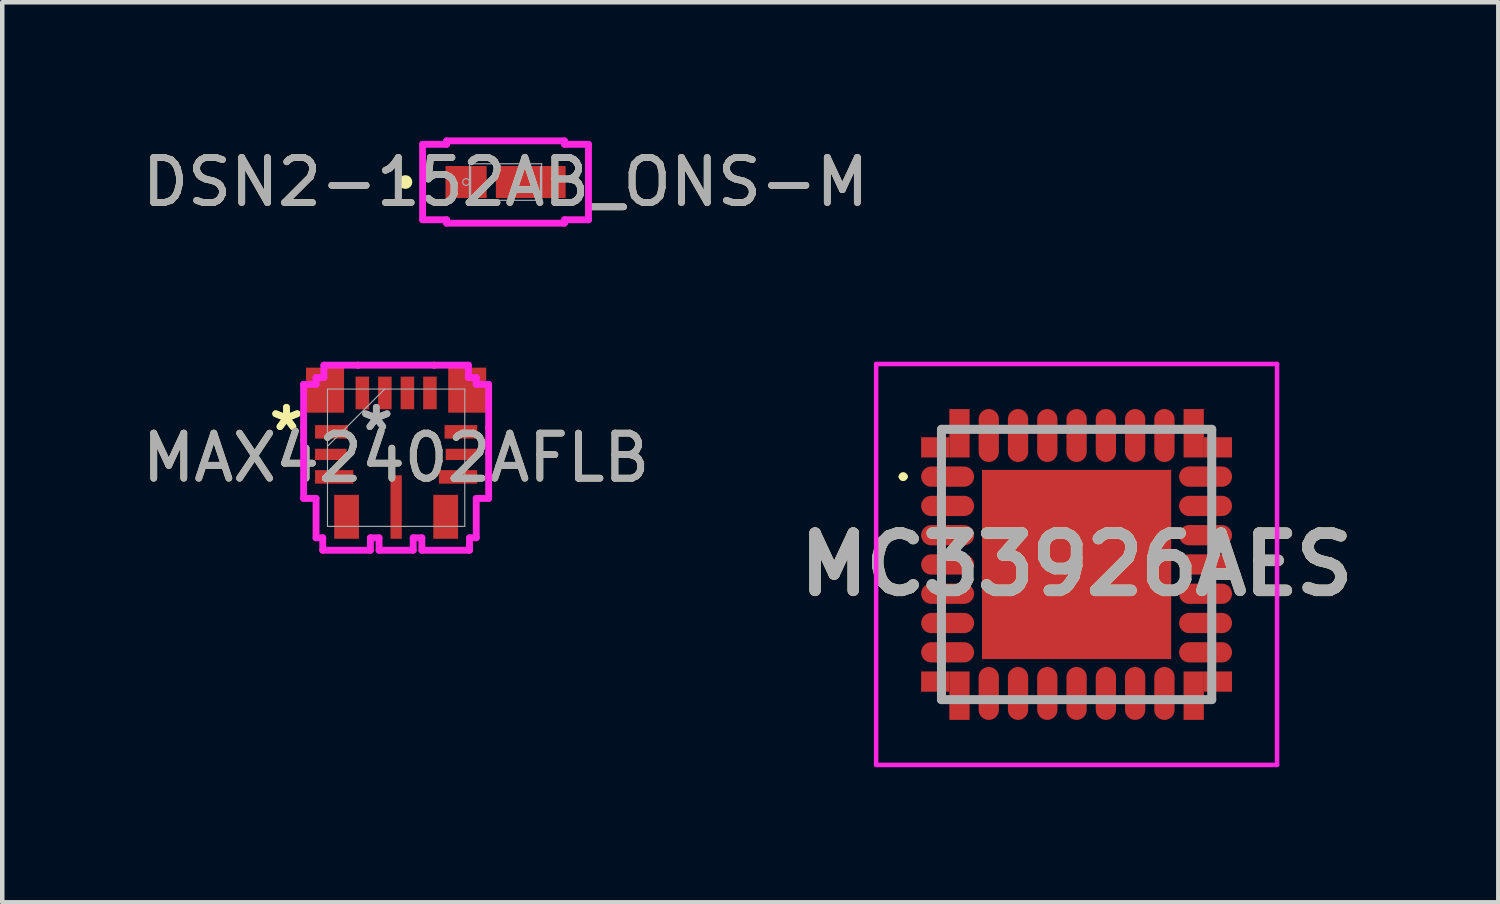
<source format=kicad_pcb>
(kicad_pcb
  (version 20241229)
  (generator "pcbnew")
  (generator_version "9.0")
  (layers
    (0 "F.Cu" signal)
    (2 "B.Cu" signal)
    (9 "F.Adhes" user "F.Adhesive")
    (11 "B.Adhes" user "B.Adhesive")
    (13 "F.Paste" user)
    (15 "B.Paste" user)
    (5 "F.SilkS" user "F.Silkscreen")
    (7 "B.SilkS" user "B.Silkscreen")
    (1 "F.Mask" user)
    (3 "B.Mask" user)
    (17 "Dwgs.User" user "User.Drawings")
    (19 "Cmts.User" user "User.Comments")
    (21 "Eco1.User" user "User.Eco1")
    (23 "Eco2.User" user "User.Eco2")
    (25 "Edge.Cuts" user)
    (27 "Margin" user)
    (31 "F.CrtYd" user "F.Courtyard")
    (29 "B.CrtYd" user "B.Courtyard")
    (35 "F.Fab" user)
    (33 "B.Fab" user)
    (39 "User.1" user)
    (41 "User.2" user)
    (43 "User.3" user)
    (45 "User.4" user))
  (footprint "DSN2-152AB_ONS-M"
    (layer "F.Cu")
    (at 8.173 0.991)
    (property "Reference" "DSN2-152AB_ONS-M" (at 0 0 0) (unlocked yes) (layer "F.SilkS") (effects (font (size 1 1) (thickness 0.15))))
    (attr smd)
    (fp_circle (center -2.223 0) (end -2.146 0) (stroke (width 0.152) (type solid)) (fill no) (layer "F.SilkS"))
    (fp_line (start -1.841 -0.838) (end -1.308 -0.838) (stroke (width 0.152) (type solid)) (layer "F.CrtYd"))
    (fp_line (start -1.841 0.838) (end -1.841 -0.838) (stroke (width 0.152) (type solid)) (layer "F.CrtYd"))
    (fp_line (start -1.308 -0.914) (end 1.308 -0.914) (stroke (width 0.152) (type solid)) (layer "F.CrtYd"))
    (fp_line (start -1.308 -0.838) (end -1.308 -0.914) (stroke (width 0.152) (type solid)) (layer "F.CrtYd"))
    (fp_line (start -1.308 0.838) (end -1.841 0.838) (stroke (width 0.152) (type solid)) (layer "F.CrtYd"))
    (fp_line (start -1.308 0.914) (end -1.308 0.838) (stroke (width 0.152) (type solid)) (layer "F.CrtYd"))
    (fp_line (start 1.308 -0.914) (end 1.308 -0.838) (stroke (width 0.152) (type solid)) (layer "F.CrtYd"))
    (fp_line (start 1.308 -0.838) (end 1.841 -0.838) (stroke (width 0.152) (type solid)) (layer "F.CrtYd"))
    (fp_line (start 1.308 0.838) (end 1.308 0.914) (stroke (width 0.152) (type solid)) (layer "F.CrtYd"))
    (fp_line (start 1.308 0.914) (end -1.308 0.914) (stroke (width 0.152) (type solid)) (layer "F.CrtYd"))
    (fp_line (start 1.841 -0.838) (end 1.841 0.838) (stroke (width 0.152) (type solid)) (layer "F.CrtYd"))
    (fp_line (start 1.841 0.838) (end 1.308 0.838) (stroke (width 0.152) (type solid)) (layer "F.CrtYd"))
    (fp_line (start -0.8 -0.406) (end -0.8 0.406) (stroke (width 0.025) (type solid)) (layer "F.Fab"))
    (fp_line (start -0.8 -0.33) (end -0.775 -0.33) (stroke (width 0.025) (type solid)) (layer "F.Fab"))
    (fp_line (start -0.8 0.33) (end -0.8 -0.33) (stroke (width 0.025) (type solid)) (layer "F.Fab"))
    (fp_line (start -0.8 0.406) (end 0.8 0.406) (stroke (width 0.025) (type solid)) (layer "F.Fab"))
    (fp_line (start -0.775 -0.33) (end -0.775 0.33) (stroke (width 0.025) (type solid)) (layer "F.Fab"))
    (fp_line (start -0.775 0.33) (end -0.8 0.33) (stroke (width 0.025) (type solid)) (layer "F.Fab"))
    (fp_line (start 0.775 -0.33) (end 0.8 -0.33) (stroke (width 0.025) (type solid)) (layer "F.Fab"))
    (fp_line (start 0.775 0.33) (end 0.775 -0.33) (stroke (width 0.025) (type solid)) (layer "F.Fab"))
    (fp_line (start 0.8 -0.406) (end -0.8 -0.406) (stroke (width 0.025) (type solid)) (layer "F.Fab"))
    (fp_line (start 0.8 -0.33) (end 0.8 0.33) (stroke (width 0.025) (type solid)) (layer "F.Fab"))
    (fp_line (start 0.8 0.33) (end 0.775 0.33) (stroke (width 0.025) (type solid)) (layer "F.Fab"))
    (fp_line (start 0.8 0.406) (end 0.8 -0.406) (stroke (width 0.025) (type solid)) (layer "F.Fab"))
    (fp_circle (center -0.876 0) (end -0.8 0) (stroke (width 0.025) (type solid)) (fill no) (layer "F.Fab"))
    (fp_text user "${REFERENCE}" (at 0 0 0) (unlocked yes) (layer "F.Fab") (effects (font (size 1 1) (thickness 0.15))))
    (pad "1" smd rect (at -0.876 0) (size 0.914 0.711) (layers "F.Cu" "F.Mask" "F.Paste"))
    (pad "2" smd rect (at 0.559 0) (size 1.549 0.711) (layers "F.Cu" "F.Mask" "F.Paste"))
    (zone (net_name "") (layer "F.Cu") (hatch full 0.508) (connect_pads) (min_thickness 0.254) (filled_areas_thickness no) (keepout (tracks not_allowed) (vias not_allowed) (pads allowed) (copperpour not_allowed) (footprints allowed)) (placement (enabled no)) (fill) (polygon (pts (xy 7.804 0.635) (xy 7.906 0.635) (xy 7.906 1.346) (xy 7.804 1.346)))))
  (footprint "MC33926AES"
    (layer "F.Cu")
    (at 20.85 9.481)
    (property "Reference" "MC33926AES" (at 0 0 0) (layer "F.SilkS") (effects (font (size 1.27 1.27) (thickness 0.254))))
    (attr smd)
    (fp_line (start -3.9 -1.95) (end -3.9 -1.95) (stroke (width 0.1) (type solid)) (layer "F.SilkS"))
    (fp_line (start -3.8 -1.95) (end -3.8 -1.95) (stroke (width 0.1) (type solid)) (layer "F.SilkS"))
    (fp_arc (start -3.9 -1.95) (mid -3.85 -2) (end -3.8 -1.95) (stroke (width 0.1) (type solid)) (layer "F.SilkS"))
    (fp_arc (start -3.8 -1.95) (mid -3.85 -1.9) (end -3.9 -1.95) (stroke (width 0.1) (type solid)) (layer "F.SilkS"))
    (fp_line (start -4.45 -4.45) (end 4.45 -4.45) (stroke (width 0.1) (type solid)) (layer "F.CrtYd"))
    (fp_line (start -4.45 4.45) (end -4.45 -4.45) (stroke (width 0.1) (type solid)) (layer "F.CrtYd"))
    (fp_line (start 4.45 -4.45) (end 4.45 4.45) (stroke (width 0.1) (type solid)) (layer "F.CrtYd"))
    (fp_line (start 4.45 4.45) (end -4.45 4.45) (stroke (width 0.1) (type solid)) (layer "F.CrtYd"))
    (fp_line (start -3 -3) (end 3 -3) (stroke (width 0.2) (type solid)) (layer "F.Fab"))
    (fp_line (start -3 3) (end -3 -3) (stroke (width 0.2) (type solid)) (layer "F.Fab"))
    (fp_line (start 3 -3) (end 3 3) (stroke (width 0.2) (type solid)) (layer "F.Fab"))
    (fp_line (start 3 3) (end -3 3) (stroke (width 0.2) (type solid)) (layer "F.Fab"))
    (fp_text user "${REFERENCE}" (at 0 0 0) (layer "F.Fab") (effects (font (size 1.27 1.27) (thickness 0.254))))
    (pad "1" smd oval (at -2.863 -1.95 90) (size 0.45 1.175) (layers "F.Cu" "F.Mask" "F.Paste"))
    (pad "2" smd oval (at -2.863 -1.3 90) (size 0.45 1.175) (layers "F.Cu" "F.Mask" "F.Paste"))
    (pad "3" smd oval (at -2.863 -0.65 90) (size 0.45 1.175) (layers "F.Cu" "F.Mask" "F.Paste"))
    (pad "4" smd oval (at -2.863 0 90) (size 0.45 1.175) (layers "F.Cu" "F.Mask" "F.Paste"))
    (pad "5" smd oval (at -2.863 0.65 90) (size 0.45 1.175) (layers "F.Cu" "F.Mask" "F.Paste"))
    (pad "6" smd oval (at -2.863 1.3 90) (size 0.45 1.175) (layers "F.Cu" "F.Mask" "F.Paste"))
    (pad "7" smd oval (at -2.863 1.95 90) (size 0.45 1.175) (layers "F.Cu" "F.Mask" "F.Paste"))
    (pad "8" smd oval (at -1.95 2.863) (size 0.45 1.175) (layers "F.Cu" "F.Mask" "F.Paste"))
    (pad "9" smd oval (at -1.3 2.863) (size 0.45 1.175) (layers "F.Cu" "F.Mask" "F.Paste"))
    (pad "10" smd oval (at -0.65 2.863) (size 0.45 1.175) (layers "F.Cu" "F.Mask" "F.Paste"))
    (pad "11" smd oval (at 0 2.863) (size 0.45 1.175) (layers "F.Cu" "F.Mask" "F.Paste"))
    (pad "12" smd oval (at 0.65 2.863) (size 0.45 1.175) (layers "F.Cu" "F.Mask" "F.Paste"))
    (pad "13" smd oval (at 1.3 2.863) (size 0.45 1.175) (layers "F.Cu" "F.Mask" "F.Paste"))
    (pad "14" smd oval (at 1.95 2.863) (size 0.45 1.175) (layers "F.Cu" "F.Mask" "F.Paste"))
    (pad "15" smd oval (at 2.863 1.95 90) (size 0.45 1.175) (layers "F.Cu" "F.Mask" "F.Paste"))
    (pad "16" smd oval (at 2.863 1.3 90) (size 0.45 1.175) (layers "F.Cu" "F.Mask" "F.Paste"))
    (pad "17" smd oval (at 2.863 0.65 90) (size 0.45 1.175) (layers "F.Cu" "F.Mask" "F.Paste"))
    (pad "18" smd oval (at 2.863 0 90) (size 0.45 1.175) (layers "F.Cu" "F.Mask" "F.Paste"))
    (pad "19" smd oval (at 2.863 -0.65 90) (size 0.45 1.175) (layers "F.Cu" "F.Mask" "F.Paste"))
    (pad "20" smd oval (at 2.863 -1.3 90) (size 0.45 1.175) (layers "F.Cu" "F.Mask" "F.Paste"))
    (pad "21" smd oval (at 2.863 -1.95 90) (size 0.45 1.175) (layers "F.Cu" "F.Mask" "F.Paste"))
    (pad "22" smd oval (at 1.95 -2.863) (size 0.45 1.175) (layers "F.Cu" "F.Mask" "F.Paste"))
    (pad "23" smd oval (at 1.3 -2.863) (size 0.45 1.175) (layers "F.Cu" "F.Mask" "F.Paste"))
    (pad "24" smd oval (at 0.65 -2.863) (size 0.45 1.175) (layers "F.Cu" "F.Mask" "F.Paste"))
    (pad "25" smd oval (at 0 -2.863) (size 0.45 1.175) (layers "F.Cu" "F.Mask" "F.Paste"))
    (pad "26" smd oval (at -0.65 -2.863) (size 0.45 1.175) (layers "F.Cu" "F.Mask" "F.Paste"))
    (pad "27" smd oval (at -1.3 -2.863) (size 0.45 1.175) (layers "F.Cu" "F.Mask" "F.Paste"))
    (pad "28" smd oval (at -1.95 -2.863) (size 0.45 1.175) (layers "F.Cu" "F.Mask" "F.Paste"))
    (pad "29" smd rect (at -2.6 -2.913) (size 0.45 1.075) (layers "F.Cu" "F.Mask" "F.Paste"))
    (pad "30" smd rect (at -3.138 -2.6 90) (size 0.45 0.625) (layers "F.Cu" "F.Mask" "F.Paste"))
    (pad "31" smd rect (at -3.138 2.6 90) (size 0.45 0.625) (layers "F.Cu" "F.Mask" "F.Paste"))
    (pad "32" smd rect (at -2.6 2.913) (size 0.45 1.075) (layers "F.Cu" "F.Mask" "F.Paste"))
    (pad "33" smd rect (at 2.6 2.913) (size 0.45 1.075) (layers "F.Cu" "F.Mask" "F.Paste"))
    (pad "34" smd rect (at 3.138 2.6 90) (size 0.45 0.625) (layers "F.Cu" "F.Mask" "F.Paste"))
    (pad "35" smd rect (at 3.138 -2.6 90) (size 0.45 0.625) (layers "F.Cu" "F.Mask" "F.Paste"))
    (pad "36" smd rect (at 2.6 -2.913) (size 0.45 1.075) (layers "F.Cu" "F.Mask" "F.Paste"))
    (pad "37" smd rect (at 0 0 90) (size 4.2 4.2) (layers "F.Cu" "F.Mask" "F.Paste")))
  (footprint "MAX42402AFLB"
    (layer "F.Cu")
    (at 5.744 7.111)
    (property "Reference" "MAX42402AFLB" (at 0 0 0) (unlocked yes) (layer "F.SilkS") (effects (font (size 1 1) (thickness 0.15))))
    (attr smd)
    (fp_line (start -2.054 -1.629) (end -2.054 -0.671) (stroke (width 0.152) (type solid)) (layer "F.CrtYd"))
    (fp_line (start -2.054 -0.671) (end -2.054 -0.671) (stroke (width 0.152) (type solid)) (layer "F.CrtYd"))
    (fp_line (start -2.054 -0.671) (end -2.054 -0.379) (stroke (width 0.152) (type solid)) (layer "F.CrtYd"))
    (fp_line (start -2.054 -0.379) (end -2.054 -0.379) (stroke (width 0.152) (type solid)) (layer "F.CrtYd"))
    (fp_line (start -2.054 -0.379) (end -2.054 0.096) (stroke (width 0.152) (type solid)) (layer "F.CrtYd"))
    (fp_line (start -2.054 0.096) (end -2.054 0.096) (stroke (width 0.152) (type solid)) (layer "F.CrtYd"))
    (fp_line (start -2.054 0.096) (end -2.054 0.904) (stroke (width 0.152) (type solid)) (layer "F.CrtYd"))
    (fp_line (start -2.054 0.904) (end -1.778 0.904) (stroke (width 0.152) (type solid)) (layer "F.CrtYd"))
    (fp_line (start -1.778 -1.778) (end -1.778 -1.629) (stroke (width 0.152) (type solid)) (layer "F.CrtYd"))
    (fp_line (start -1.778 -1.629) (end -2.054 -1.629) (stroke (width 0.152) (type solid)) (layer "F.CrtYd"))
    (fp_line (start -1.778 0.904) (end -1.778 1.778) (stroke (width 0.152) (type solid)) (layer "F.CrtYd"))
    (fp_line (start -1.778 1.778) (end -1.629 1.778) (stroke (width 0.152) (type solid)) (layer "F.CrtYd"))
    (fp_line (start -1.629 1.778) (end -1.629 2.054) (stroke (width 0.152) (type solid)) (layer "F.CrtYd"))
    (fp_line (start -1.629 2.054) (end -0.571 2.054) (stroke (width 0.152) (type solid)) (layer "F.CrtYd"))
    (fp_line (start -1.604 -2.054) (end -1.604 -1.778) (stroke (width 0.152) (type solid)) (layer "F.CrtYd"))
    (fp_line (start -1.604 -1.778) (end -1.778 -1.778) (stroke (width 0.152) (type solid)) (layer "F.CrtYd"))
    (fp_line (start -0.846 -2.054) (end -0.846 -2.054) (stroke (width 0.152) (type solid)) (layer "F.CrtYd"))
    (fp_line (start -0.846 -2.054) (end -1.604 -2.054) (stroke (width 0.152) (type solid)) (layer "F.CrtYd"))
    (fp_line (start -0.571 1.778) (end -0.379 1.778) (stroke (width 0.152) (type solid)) (layer "F.CrtYd"))
    (fp_line (start -0.571 2.054) (end -0.571 1.778) (stroke (width 0.152) (type solid)) (layer "F.CrtYd"))
    (fp_line (start -0.379 1.778) (end -0.379 2.054) (stroke (width 0.152) (type solid)) (layer "F.CrtYd"))
    (fp_line (start -0.379 2.054) (end 0.379 2.054) (stroke (width 0.152) (type solid)) (layer "F.CrtYd"))
    (fp_line (start 0.379 1.778) (end 0.571 1.778) (stroke (width 0.152) (type solid)) (layer "F.CrtYd"))
    (fp_line (start 0.379 2.054) (end 0.379 1.778) (stroke (width 0.152) (type solid)) (layer "F.CrtYd"))
    (fp_line (start 0.571 1.778) (end 0.571 2.054) (stroke (width 0.152) (type solid)) (layer "F.CrtYd"))
    (fp_line (start 0.571 2.054) (end 1.629 2.054) (stroke (width 0.152) (type solid)) (layer "F.CrtYd"))
    (fp_line (start 0.846 -2.054) (end -0.846 -2.054) (stroke (width 0.152) (type solid)) (layer "F.CrtYd"))
    (fp_line (start 0.846 -2.054) (end 0.846 -2.054) (stroke (width 0.152) (type solid)) (layer "F.CrtYd"))
    (fp_line (start 1.604 -2.054) (end 0.846 -2.054) (stroke (width 0.152) (type solid)) (layer "F.CrtYd"))
    (fp_line (start 1.604 -1.778) (end 1.604 -2.054) (stroke (width 0.152) (type solid)) (layer "F.CrtYd"))
    (fp_line (start 1.629 1.778) (end 1.778 1.778) (stroke (width 0.152) (type solid)) (layer "F.CrtYd"))
    (fp_line (start 1.629 2.054) (end 1.629 1.778) (stroke (width 0.152) (type solid)) (layer "F.CrtYd"))
    (fp_line (start 1.778 -1.778) (end 1.604 -1.778) (stroke (width 0.152) (type solid)) (layer "F.CrtYd"))
    (fp_line (start 1.778 -1.629) (end 1.778 -1.778) (stroke (width 0.152) (type solid)) (layer "F.CrtYd"))
    (fp_line (start 1.778 0.904) (end 2.054 0.904) (stroke (width 0.152) (type solid)) (layer "F.CrtYd"))
    (fp_line (start 1.778 1.778) (end 1.778 0.904) (stroke (width 0.152) (type solid)) (layer "F.CrtYd"))
    (fp_line (start 2.054 -0.096) (end 2.054 -0.096) (stroke (width 0.152) (type solid)) (layer "F.CrtYd"))
    (fp_line (start 2.054 0.379) (end 2.054 -0.096) (stroke (width 0.152) (type solid)) (layer "F.CrtYd"))
    (fp_line (start 2.054 0.379) (end 2.054 0.379) (stroke (width 0.152) (type solid)) (layer "F.CrtYd"))
    (fp_line (start 2.054 0.904) (end 2.054 0.379) (stroke (width 0.152) (type solid)) (layer "F.CrtYd"))
    (fp_line (start 2.054 -1.629) (end 1.778 -1.629) (stroke (width 0.152) (type solid)) (layer "F.CrtYd"))
    (fp_line (start 2.054 -0.671) (end 2.054 -1.629) (stroke (width 0.152) (type solid)) (layer "F.CrtYd"))
    (fp_line (start 2.054 -0.671) (end 2.054 -0.671) (stroke (width 0.152) (type solid)) (layer "F.CrtYd"))
    (fp_line (start 2.054 -0.096) (end 2.054 -0.671) (stroke (width 0.152) (type solid)) (layer "F.CrtYd"))
    (fp_line (start -1.524 -1.524) (end -1.524 1.524) (stroke (width 0.025) (type solid)) (layer "F.Fab"))
    (fp_line (start -1.524 -0.254) (end -0.254 -1.524) (stroke (width 0.025) (type solid)) (layer "F.Fab"))
    (fp_line (start -1.524 1.524) (end 1.524 1.524) (stroke (width 0.025) (type solid)) (layer "F.Fab"))
    (fp_line (start 1.524 -1.524) (end -1.524 -1.524) (stroke (width 0.025) (type solid)) (layer "F.Fab"))
    (fp_line (start 1.524 1.524) (end 1.524 -1.524) (stroke (width 0.025) (type solid)) (layer "F.Fab"))
    (fp_text user "*" (at -2.435 -0.574 0) (layer "F.SilkS") (effects (font (size 1 1) (thickness 0.15))))
    (fp_text user "*" (at -2.435 -0.574 0) (unlocked yes) (layer "F.SilkS") (effects (font (size 1 1) (thickness 0.15))))
    (fp_text user "${REFERENCE}" (at 0 0 0) (unlocked yes) (layer "F.Fab") (effects (font (size 1 1) (thickness 0.15))))
    (fp_text user "*" (at -0.44 -0.574 0) (unlocked yes) (layer "F.Fab") (effects (font (size 1 1) (thickness 0.15))))
    (fp_text user "*" (at -0.44 -0.574 0) (layer "F.Fab") (effects (font (size 1 1) (thickness 0.15))))
    (pad "1" smd rect (at -1.438 -0.574) (size 0.725 0.3) (layers "F.Cu" "F.Mask" "F.Paste"))
    (pad "2" smd rect (at -1.45 -0.074) (size 0.7 0.25) (layers "F.Cu" "F.Mask" "F.Paste"))
    (pad "3" smd rect (at -1.375 0.426) (size 0.85 0.3) (layers "F.Cu" "F.Mask" "F.Paste"))
    (pad "4" smd rect (at -1.1 1.312) (size 0.55 0.975) (layers "F.Cu" "F.Mask" "F.Paste"))
    (pad "5" smd rect (at 0 1.095) (size 0.25 1.41) (layers "F.Cu" "F.Mask" "F.Paste"))
    (pad "6" smd rect (at 1.1 1.312) (size 0.55 0.975) (layers "F.Cu" "F.Mask" "F.Paste"))
    (pad "7" smd rect (at 1.375 0.426) (size 0.85 0.3) (layers "F.Cu" "F.Mask" "F.Paste"))
    (pad "8" smd rect (at 1.45 -0.074) (size 0.7 0.25) (layers "F.Cu" "F.Mask" "F.Paste"))
    (pad "9" smd rect (at 1.438 -0.574) (size 0.725 0.3) (layers "F.Cu" "F.Mask" "F.Paste"))
    (pad "10" smd rect (at 1.578 -1.5) (size 0.844 1) (layers "F.Cu" "F.Mask" "F.Paste"))
    (pad "11" smd rect (at 0.75 -1.438 90) (size 0.725 0.3) (layers "F.Cu" "F.Mask" "F.Paste"))
    (pad "12" smd rect (at 0.25 -1.438 90) (size 0.725 0.3) (layers "F.Cu" "F.Mask" "F.Paste"))
    (pad "13" smd rect (at -0.25 -1.438 90) (size 0.725 0.3) (layers "F.Cu" "F.Mask" "F.Paste"))
    (pad "14" smd rect (at -0.75 -1.438 90) (size 0.725 0.3) (layers "F.Cu" "F.Mask" "F.Paste"))
    (pad "15" smd rect (at -1.578 -1.5) (size 0.844 1) (layers "F.Cu" "F.Mask" "F.Paste")))
  (gr_rect
    (start -3 -3)
    (end 30.212 16.981)
    (stroke (width 0.1) (type default))
    (fill no)
    (layer "Edge.Cuts")))
</source>
